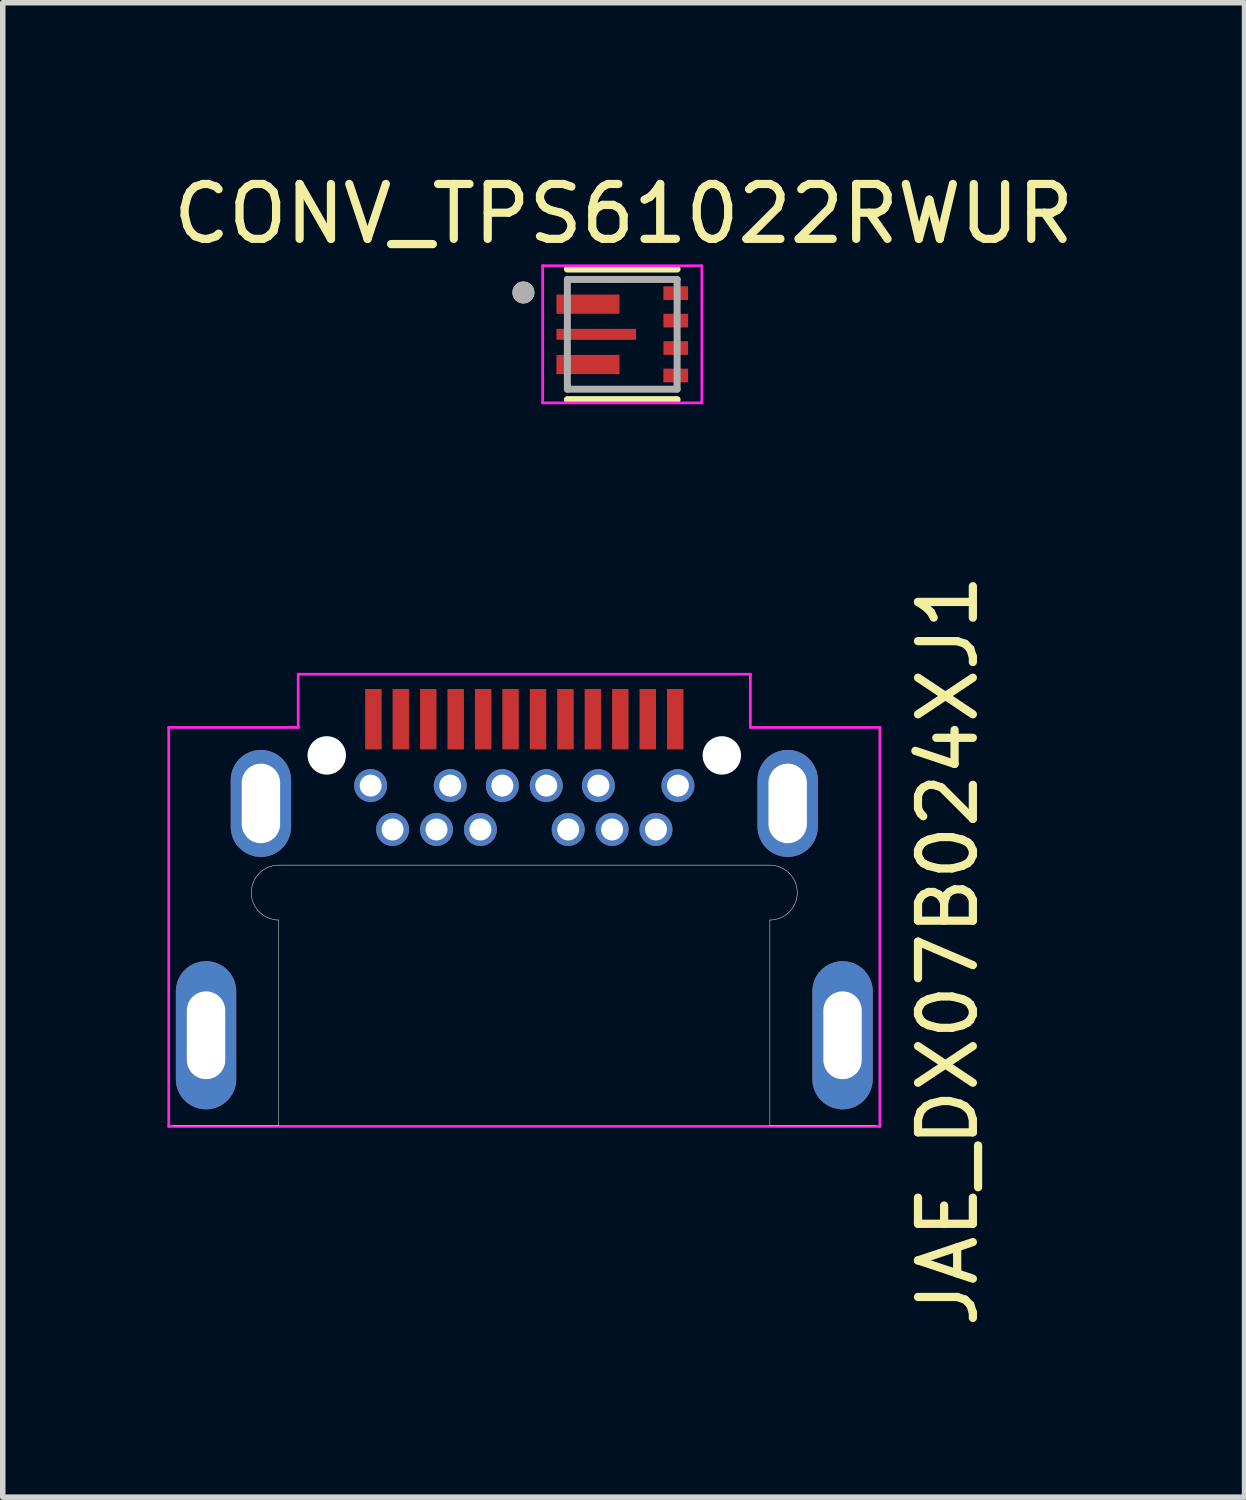
<source format=kicad_pcb>
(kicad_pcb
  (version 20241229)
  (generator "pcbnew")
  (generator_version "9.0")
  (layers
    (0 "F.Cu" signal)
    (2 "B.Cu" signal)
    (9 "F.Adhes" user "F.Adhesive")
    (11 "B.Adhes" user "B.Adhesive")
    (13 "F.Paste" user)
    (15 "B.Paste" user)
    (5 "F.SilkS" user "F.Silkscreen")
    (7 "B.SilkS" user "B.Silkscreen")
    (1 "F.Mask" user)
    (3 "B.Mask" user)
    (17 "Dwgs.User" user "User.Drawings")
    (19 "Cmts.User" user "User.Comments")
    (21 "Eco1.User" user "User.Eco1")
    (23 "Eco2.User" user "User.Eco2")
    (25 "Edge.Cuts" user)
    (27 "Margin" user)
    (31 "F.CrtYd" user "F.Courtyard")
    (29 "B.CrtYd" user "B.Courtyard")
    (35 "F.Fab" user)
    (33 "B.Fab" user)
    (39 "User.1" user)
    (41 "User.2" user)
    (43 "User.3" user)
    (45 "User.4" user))
  (footprint "CONV_TPS61022RWUR"
    (layer "F.Cu")
    (at 8.29 3.043)
    (property "Reference" "CONV_TPS61022RWUR" (at 0.025 -2.195 0) (layer "F.SilkS") (effects (font (size 1 1) (thickness 0.15))))
    (attr through_hole)
    (fp_poly (pts (xy -1.27 -0.795) (xy 0.02 -0.795) (xy 0.02 -0.305) (xy -1.27 -0.305)) (stroke (width 0.01) (type solid)) (fill yes) (layer "F.Mask"))
    (fp_poly (pts (xy -1.27 -0.17) (xy 0.32 -0.17) (xy 0.32 0.17) (xy -1.27 0.17)) (stroke (width 0.01) (type solid)) (fill yes) (layer "F.Mask"))
    (fp_poly (pts (xy -1.27 0.305) (xy 0.02 0.305) (xy 0.02 0.795) (xy -1.27 0.795)) (stroke (width 0.01) (type solid)) (fill yes) (layer "F.Mask"))
    (fp_poly (pts (xy 0.68 -0.945) (xy 1.27 -0.945) (xy 1.27 -0.555) (xy 0.68 -0.555)) (stroke (width 0.01) (type solid)) (fill yes) (layer "F.Mask"))
    (fp_poly (pts (xy 0.68 -0.445) (xy 1.27 -0.445) (xy 1.27 -0.055) (xy 0.68 -0.055)) (stroke (width 0.01) (type solid)) (fill yes) (layer "F.Mask"))
    (fp_poly (pts (xy 0.68 0.055) (xy 1.27 0.055) (xy 1.27 0.445) (xy 0.68 0.445)) (stroke (width 0.01) (type solid)) (fill yes) (layer "F.Mask"))
    (fp_poly (pts (xy 0.68 0.555) (xy 1.27 0.555) (xy 1.27 0.945) (xy 0.68 0.945)) (stroke (width 0.01) (type solid)) (fill yes) (layer "F.Mask"))
    (fp_line (start -1 -1.19) (end 1 -1.19) (stroke (width 0.127) (type solid)) (layer "F.SilkS"))
    (fp_line (start -1 1.19) (end 1 1.19) (stroke (width 0.127) (type solid)) (layer "F.SilkS"))
    (fp_circle (center -1.8 -0.762) (end -1.7 -0.762) (stroke (width 0.2) (type solid)) (fill no) (layer "F.SilkS"))
    (fp_poly (pts (xy -1.2 -0.725) (xy -0.725 -0.725) (xy -0.725 -0.375) (xy -1.2 -0.375)) (stroke (width 0.01) (type solid)) (fill yes) (layer "F.Paste"))
    (fp_poly (pts (xy -1.2 -0.1) (xy -0.575 -0.1) (xy -0.575 0.1) (xy -1.2 0.1)) (stroke (width 0.01) (type solid)) (fill yes) (layer "F.Paste"))
    (fp_poly (pts (xy -1.2 0.375) (xy -0.725 0.375) (xy -0.725 0.725) (xy -1.2 0.725)) (stroke (width 0.01) (type solid)) (fill yes) (layer "F.Paste"))
    (fp_poly (pts (xy -0.525 -0.725) (xy -0.05 -0.725) (xy -0.05 -0.375) (xy -0.525 -0.375)) (stroke (width 0.01) (type solid)) (fill yes) (layer "F.Paste"))
    (fp_poly (pts (xy -0.525 0.375) (xy -0.05 0.375) (xy -0.05 0.725) (xy -0.525 0.725)) (stroke (width 0.01) (type solid)) (fill yes) (layer "F.Paste"))
    (fp_poly (pts (xy -0.375 -0.1) (xy 0.25 -0.1) (xy 0.25 0.1) (xy -0.375 0.1)) (stroke (width 0.01) (type solid)) (fill yes) (layer "F.Paste"))
    (fp_line (start -1.45 -1.25) (end -1.45 1.25) (stroke (width 0.05) (type solid)) (layer "F.CrtYd"))
    (fp_line (start -1.45 1.25) (end 1.45 1.25) (stroke (width 0.05) (type solid)) (layer "F.CrtYd"))
    (fp_line (start 1.45 -1.25) (end -1.45 -1.25) (stroke (width 0.05) (type solid)) (layer "F.CrtYd"))
    (fp_line (start 1.45 1.25) (end 1.45 -1.25) (stroke (width 0.05) (type solid)) (layer "F.CrtYd"))
    (fp_line (start -1 -1) (end -1 1) (stroke (width 0.127) (type solid)) (layer "F.Fab"))
    (fp_line (start -1 1) (end 1 1) (stroke (width 0.127) (type solid)) (layer "F.Fab"))
    (fp_line (start 1 -1) (end -1 -1) (stroke (width 0.127) (type solid)) (layer "F.Fab"))
    (fp_line (start 1 1) (end 1 -1) (stroke (width 0.127) (type solid)) (layer "F.Fab"))
    (fp_circle (center -1.803 -0.763) (end -1.703 -0.763) (stroke (width 0.2) (type solid)) (fill no) (layer "F.Fab"))
    (pad "1" smd rect (at -0.625 -0.55) (size 1.15 0.35) (layers "F.Cu"))
    (pad "2" smd rect (at -0.475 0) (size 1.45 0.2) (layers "F.Cu"))
    (pad "3" smd rect (at -0.625 0.55) (size 1.15 0.35) (layers "F.Cu"))
    (pad "4" smd rect (at 0.975 0.75) (size 0.45 0.25) (layers "F.Cu" "F.Paste"))
    (pad "5" smd rect (at 0.975 0.25) (size 0.45 0.25) (layers "F.Cu" "F.Paste"))
    (pad "6" smd rect (at 0.975 -0.25) (size 0.45 0.25) (layers "F.Cu" "F.Paste"))
    (pad "7" smd rect (at 0.975 -0.75) (size 0.45 0.25) (layers "F.Cu" "F.Paste")))
  (footprint "JAE_DX07B024XJ1"
    (layer "F.Cu")
    (at 6.505 10.727)
    (property "Reference" "JAE_DX07B024XJ1" (at 7.72 3.55 90) (layer "F.SilkS") (effects (font (size 1 1) (thickness 0.15))))
    (attr through_hole)
    (fp_line (start -4.475 1.99) (end 4.475 1.99) (stroke (width 0.01) (type solid)) (layer "Edge.Cuts"))
    (fp_line (start -4.475 6.74) (end -6.4 6.74) (stroke (width 0.01) (type solid)) (layer "Edge.Cuts"))
    (fp_line (start -4.475 6.74) (end -4.475 2.99) (stroke (width 0.01) (type solid)) (layer "Edge.Cuts"))
    (fp_line (start 4.475 2.99) (end 4.475 6.74) (stroke (width 0.01) (type solid)) (layer "Edge.Cuts"))
    (fp_line (start 6.4 6.74) (end 4.475 6.74) (stroke (width 0.01) (type solid)) (layer "Edge.Cuts"))
    (fp_arc (start -4.475 2.99) (mid -4.975 2.49) (end -4.475 1.99) (stroke (width 0.01) (type solid)) (layer "Edge.Cuts"))
    (fp_arc (start 4.475 1.99) (mid 4.975 2.49) (end 4.475 2.99) (stroke (width 0.01) (type solid)) (layer "Edge.Cuts"))
    (fp_line (start -6.48 -0.52) (end -4.12 -0.52) (stroke (width 0.05) (type solid)) (layer "F.CrtYd"))
    (fp_line (start -6.48 6.75) (end -6.48 -0.52) (stroke (width 0.05) (type solid)) (layer "F.CrtYd"))
    (fp_line (start -4.12 -1.49) (end 4.12 -1.49) (stroke (width 0.05) (type solid)) (layer "F.CrtYd"))
    (fp_line (start -4.12 -0.52) (end -4.12 -1.49) (stroke (width 0.05) (type solid)) (layer "F.CrtYd"))
    (fp_line (start 4.12 -1.49) (end 4.12 -0.52) (stroke (width 0.05) (type solid)) (layer "F.CrtYd"))
    (fp_line (start 4.12 -0.52) (end 6.48 -0.52) (stroke (width 0.05) (type solid)) (layer "F.CrtYd"))
    (fp_line (start 6.48 -0.52) (end 6.48 6.75) (stroke (width 0.05) (type solid)) (layer "F.CrtYd"))
    (fp_line (start 6.48 6.75) (end -6.48 6.75) (stroke (width 0.05) (type solid)) (layer "F.CrtYd"))
    (pad "" np_thru_hole circle (at -3.6 -0.01) (size 0.7 0.7) (drill 0.7) (layers "*.Cu" "*.Mask"))
    (pad "" np_thru_hole circle (at 3.6 -0.01) (size 0.7 0.7) (drill oval 0.95 0.7) (layers "*.Cu"))
    (pad "A2" smd rect (at -2.25 -0.67) (size 0.3 1.1) (layers "F.Cu" "F.Mask" "F.Paste"))
    (pad "A3" smd rect (at -1.75 -0.67) (size 0.3 1.1) (layers "F.Cu" "F.Mask" "F.Paste"))
    (pad "A10" smd rect (at 1.75 -0.67) (size 0.3 1.1) (layers "F.Cu" "F.Mask" "F.Paste"))
    (pad "A11" smd rect (at 2.25 -0.67) (size 0.3 1.1) (layers "F.Cu" "F.Mask" "F.Paste"))
    (pad "B2" thru_hole circle (at 2.4 1.34) (size 0.6 0.6) (drill 0.4) (layers "*.Cu" "*.Mask"))
    (pad "B3" thru_hole circle (at 1.6 1.34) (size 0.6 0.6) (drill 0.4) (layers "*.Cu" "*.Mask"))
    (pad "B10" thru_hole circle (at -1.6 1.34) (size 0.6 0.6) (drill 0.4) (layers "*.Cu" "*.Mask"))
    (pad "B11" thru_hole circle (at -2.4 1.34) (size 0.6 0.6) (drill 0.4) (layers "*.Cu" "*.Mask"))
    (pad "CC1" smd rect (at -0.75 -0.67) (size 0.3 1.1) (layers "F.Cu" "F.Mask" "F.Paste"))
    (pad "CC2" thru_hole circle (at 0.8 1.34) (size 0.6 0.6) (drill 0.4) (layers "*.Cu" "*.Mask"))
    (pad "D+" smd rect (at -0.25 -0.67) (size 0.3 1.1) (layers "F.Cu" "F.Mask" "F.Paste"))
    (pad "D+" thru_hole circle (at 0.4 0.54) (size 0.6 0.6) (drill 0.4) (layers "*.Cu" "*.Mask"))
    (pad "D-" thru_hole circle (at -0.4 0.54) (size 0.6 0.6) (drill 0.4) (layers "*.Cu" "*.Mask"))
    (pad "D-" smd rect (at 0.25 -0.67) (size 0.3 1.1) (layers "F.Cu" "F.Mask" "F.Paste"))
    (pad "GND" thru_hole circle (at -2.8 0.54) (size 0.6 0.6) (drill 0.4) (layers "*.Cu" "*.Mask"))
    (pad "GND" smd rect (at -2.75 -0.67) (size 0.3 1.1) (layers "F.Cu" "F.Mask" "F.Paste"))
    (pad "GND" smd rect (at 2.75 -0.67) (size 0.3 1.1) (layers "F.Cu" "F.Mask" "F.Paste"))
    (pad "GND" thru_hole circle (at 2.8 0.54) (size 0.6 0.6) (drill 0.4) (layers "*.Cu" "*.Mask"))
    (pad "SBU1" smd rect (at 0.75 -0.67) (size 0.3 1.1) (layers "F.Cu" "F.Mask" "F.Paste"))
    (pad "SBU2" thru_hole circle (at -0.8 1.34) (size 0.6 0.6) (drill 0.4) (layers "*.Cu" "*.Mask"))
    (pad "SHLD" thru_hole oval (at -5.8 5.09) (size 1.1 2.7) (drill oval 0.7 1.6) (layers "*.Cu" "*.Mask"))
    (pad "SHLD" thru_hole oval (at -4.8 0.865) (size 1.1 1.95) (drill oval 0.7 1.45) (layers "*.Cu" "*.Mask"))
    (pad "SHLD" thru_hole oval (at 4.8 0.865) (size 1.1 1.95) (drill oval 0.7 1.45) (layers "*.Cu" "*.Mask"))
    (pad "SHLD" thru_hole oval (at 5.8 5.09) (size 1.1 2.7) (drill oval 0.7 1.6) (layers "*.Cu" "*.Mask"))
    (pad "VBUS" thru_hole circle (at -1.35 0.54) (size 0.6 0.6) (drill 0.4) (layers "*.Cu" "*.Mask"))
    (pad "VBUS" smd rect (at -1.25 -0.67) (size 0.3 1.1) (layers "F.Cu" "F.Mask" "F.Paste"))
    (pad "VBUS" smd rect (at 1.25 -0.67) (size 0.3 1.1) (layers "F.Cu" "F.Mask" "F.Paste"))
    (pad "VBUS" thru_hole circle (at 1.35 0.54) (size 0.6 0.6) (drill 0.4) (layers "*.Cu" "*.Mask")))
  (gr_rect
    (start -3 -3)
    (end 19.631 24.235)
    (stroke (width 0.1) (type default))
    (fill no)
    (layer "Edge.Cuts")))
</source>
